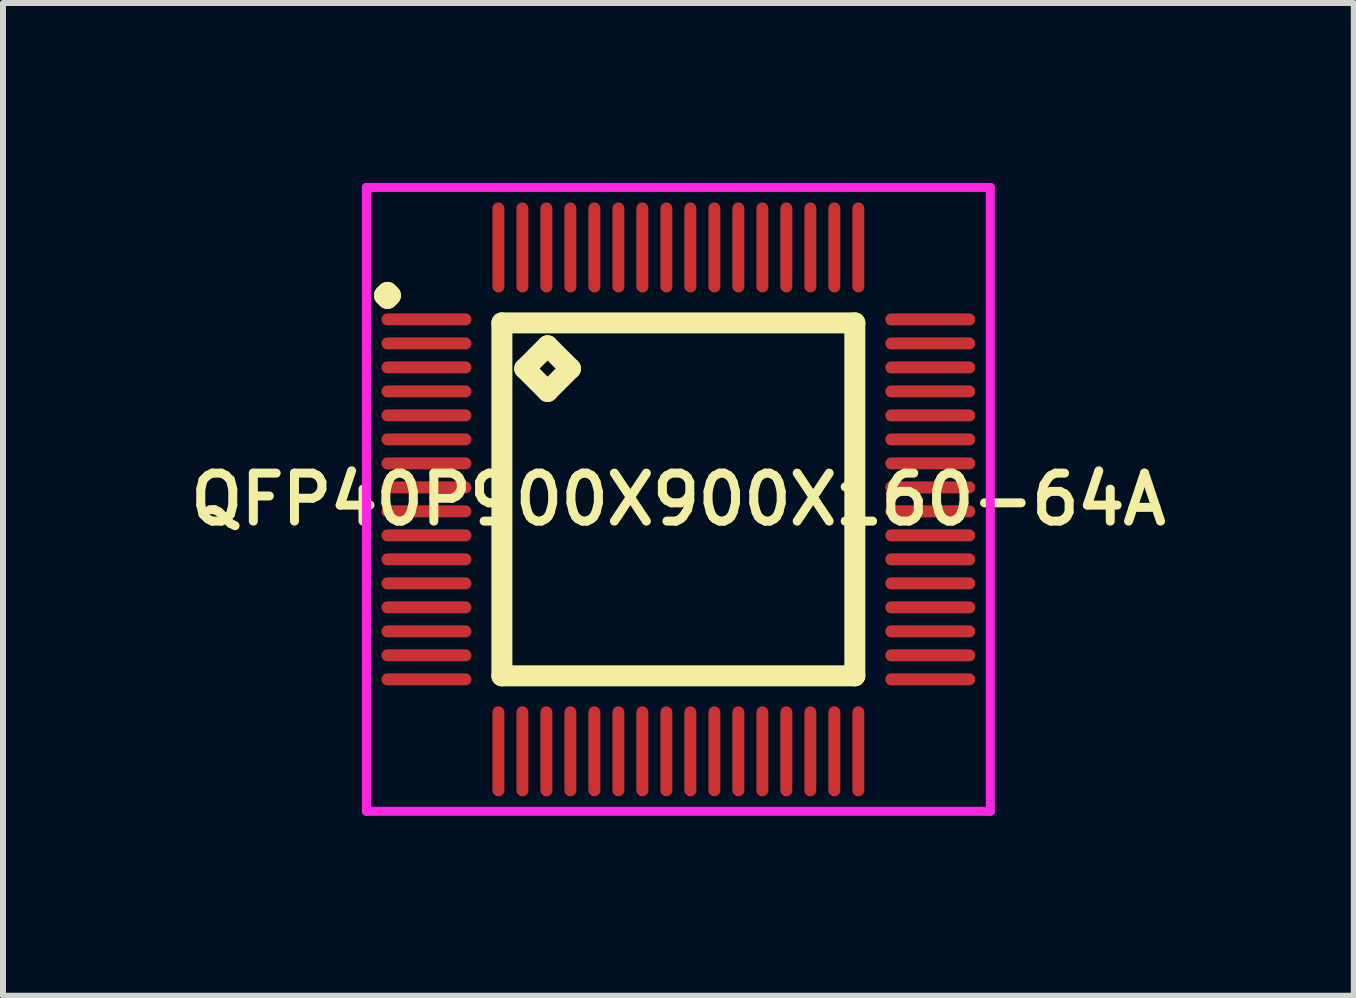
<source format=kicad_pcb>
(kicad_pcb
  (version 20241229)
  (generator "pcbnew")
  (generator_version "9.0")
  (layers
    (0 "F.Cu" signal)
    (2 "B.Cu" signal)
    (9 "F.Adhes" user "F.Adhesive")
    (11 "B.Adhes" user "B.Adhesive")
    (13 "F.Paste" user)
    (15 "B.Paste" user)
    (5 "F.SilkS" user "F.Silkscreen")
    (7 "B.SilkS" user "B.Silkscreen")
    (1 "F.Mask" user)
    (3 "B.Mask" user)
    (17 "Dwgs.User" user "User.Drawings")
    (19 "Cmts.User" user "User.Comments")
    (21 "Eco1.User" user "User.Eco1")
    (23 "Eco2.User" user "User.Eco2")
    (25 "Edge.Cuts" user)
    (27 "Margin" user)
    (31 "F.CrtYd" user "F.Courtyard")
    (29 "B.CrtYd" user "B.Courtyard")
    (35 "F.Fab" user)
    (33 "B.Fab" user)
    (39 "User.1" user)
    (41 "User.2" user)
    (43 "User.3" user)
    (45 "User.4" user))
  (footprint "QFP40P900X900X160-64A"
    (layer "F.Cu")
    (at 8.259 5.275)
    (property "Reference" "QFP40P900X900X160-64A" (at 0 0 0) (layer "F.SilkS") (effects (font (size 0.8 0.8) (thickness 0.15))))
    (attr smd)
    (fp_line (start -4.9 -3.4) (end -4.85 -3.45) (stroke (width 0.35) (type solid)) (layer "F.SilkS"))
    (fp_line (start -4.85 -3.45) (end -4.8 -3.4) (stroke (width 0.35) (type solid)) (layer "F.SilkS"))
    (fp_line (start -4.85 -3.35) (end -4.9 -3.4) (stroke (width 0.35) (type solid)) (layer "F.SilkS"))
    (fp_line (start -4.8 -3.4) (end -4.85 -3.35) (stroke (width 0.35) (type solid)) (layer "F.SilkS"))
    (fp_line (start -2.942 -2.942) (end -2.942 2.942) (stroke (width 0.35) (type solid)) (layer "F.SilkS"))
    (fp_line (start -2.942 2.942) (end 2.942 2.942) (stroke (width 0.35) (type solid)) (layer "F.SilkS"))
    (fp_line (start -2.561 -2.18) (end -2.18 -2.561) (stroke (width 0.35) (type solid)) (layer "F.SilkS"))
    (fp_line (start -2.18 -2.561) (end -1.799 -2.18) (stroke (width 0.35) (type solid)) (layer "F.SilkS"))
    (fp_line (start -2.18 -1.799) (end -2.561 -2.18) (stroke (width 0.35) (type solid)) (layer "F.SilkS"))
    (fp_line (start -1.799 -2.18) (end -2.18 -1.799) (stroke (width 0.35) (type solid)) (layer "F.SilkS"))
    (fp_line (start 2.942 -2.942) (end -2.942 -2.942) (stroke (width 0.35) (type solid)) (layer "F.SilkS"))
    (fp_line (start 2.942 2.942) (end 2.942 -2.942) (stroke (width 0.35) (type solid)) (layer "F.SilkS"))
    (fp_line (start -5.2 -5.2) (end 5.2 -5.2) (stroke (width 0.15) (type solid)) (layer "F.CrtYd"))
    (fp_line (start -5.2 5.2) (end -5.2 -5.2) (stroke (width 0.15) (type solid)) (layer "F.CrtYd"))
    (fp_line (start 5.2 -5.2) (end 5.2 5.2) (stroke (width 0.15) (type solid)) (layer "F.CrtYd"))
    (fp_line (start 5.2 5.2) (end -5.2 5.2) (stroke (width 0.15) (type solid)) (layer "F.CrtYd"))
    (pad "1" smd oval (at -4.2 -3) (size 1.5 0.2) (layers "F.Cu" "F.Mask" "F.Paste"))
    (pad "2" smd oval (at -4.2 -2.6) (size 1.5 0.2) (layers "F.Cu" "F.Mask" "F.Paste"))
    (pad "3" smd oval (at -4.2 -2.2) (size 1.5 0.2) (layers "F.Cu" "F.Mask" "F.Paste"))
    (pad "4" smd oval (at -4.2 -1.8) (size 1.5 0.2) (layers "F.Cu" "F.Mask" "F.Paste"))
    (pad "5" smd oval (at -4.2 -1.4) (size 1.5 0.2) (layers "F.Cu" "F.Mask" "F.Paste"))
    (pad "6" smd oval (at -4.2 -1) (size 1.5 0.2) (layers "F.Cu" "F.Mask" "F.Paste"))
    (pad "7" smd oval (at -4.2 -0.6) (size 1.5 0.2) (layers "F.Cu" "F.Mask" "F.Paste"))
    (pad "8" smd oval (at -4.2 -0.2) (size 1.5 0.2) (layers "F.Cu" "F.Mask" "F.Paste"))
    (pad "9" smd oval (at -4.2 0.2) (size 1.5 0.2) (layers "F.Cu" "F.Mask" "F.Paste"))
    (pad "10" smd oval (at -4.2 0.6) (size 1.5 0.2) (layers "F.Cu" "F.Mask" "F.Paste"))
    (pad "11" smd oval (at -4.2 1) (size 1.5 0.2) (layers "F.Cu" "F.Mask" "F.Paste"))
    (pad "12" smd oval (at -4.2 1.4) (size 1.5 0.2) (layers "F.Cu" "F.Mask" "F.Paste"))
    (pad "13" smd oval (at -4.2 1.8) (size 1.5 0.2) (layers "F.Cu" "F.Mask" "F.Paste"))
    (pad "14" smd oval (at -4.2 2.2) (size 1.5 0.2) (layers "F.Cu" "F.Mask" "F.Paste"))
    (pad "15" smd oval (at -4.2 2.6) (size 1.5 0.2) (layers "F.Cu" "F.Mask" "F.Paste"))
    (pad "16" smd oval (at -4.2 3) (size 1.5 0.2) (layers "F.Cu" "F.Mask" "F.Paste"))
    (pad "17" smd oval (at -3 4.2) (size 0.2 1.5) (layers "F.Cu" "F.Mask" "F.Paste"))
    (pad "18" smd oval (at -2.6 4.2) (size 0.2 1.5) (layers "F.Cu" "F.Mask" "F.Paste"))
    (pad "19" smd oval (at -2.2 4.2) (size 0.2 1.5) (layers "F.Cu" "F.Mask" "F.Paste"))
    (pad "20" smd oval (at -1.8 4.2) (size 0.2 1.5) (layers "F.Cu" "F.Mask" "F.Paste"))
    (pad "21" smd oval (at -1.4 4.2) (size 0.2 1.5) (layers "F.Cu" "F.Mask" "F.Paste"))
    (pad "22" smd oval (at -1 4.2) (size 0.2 1.5) (layers "F.Cu" "F.Mask" "F.Paste"))
    (pad "23" smd oval (at -0.6 4.2) (size 0.2 1.5) (layers "F.Cu" "F.Mask" "F.Paste"))
    (pad "24" smd oval (at -0.2 4.2) (size 0.2 1.5) (layers "F.Cu" "F.Mask" "F.Paste"))
    (pad "25" smd oval (at 0.2 4.2) (size 0.2 1.5) (layers "F.Cu" "F.Mask" "F.Paste"))
    (pad "26" smd oval (at 0.6 4.2) (size 0.2 1.5) (layers "F.Cu" "F.Mask" "F.Paste"))
    (pad "27" smd oval (at 1 4.2) (size 0.2 1.5) (layers "F.Cu" "F.Mask" "F.Paste"))
    (pad "28" smd oval (at 1.4 4.2) (size 0.2 1.5) (layers "F.Cu" "F.Mask" "F.Paste"))
    (pad "29" smd oval (at 1.8 4.2) (size 0.2 1.5) (layers "F.Cu" "F.Mask" "F.Paste"))
    (pad "30" smd oval (at 2.2 4.2) (size 0.2 1.5) (layers "F.Cu" "F.Mask" "F.Paste"))
    (pad "31" smd oval (at 2.6 4.2) (size 0.2 1.5) (layers "F.Cu" "F.Mask" "F.Paste"))
    (pad "32" smd oval (at 3 4.2) (size 0.2 1.5) (layers "F.Cu" "F.Mask" "F.Paste"))
    (pad "33" smd oval (at 4.2 3) (size 1.5 0.2) (layers "F.Cu" "F.Mask" "F.Paste"))
    (pad "34" smd oval (at 4.2 2.6) (size 1.5 0.2) (layers "F.Cu" "F.Mask" "F.Paste"))
    (pad "35" smd oval (at 4.2 2.2) (size 1.5 0.2) (layers "F.Cu" "F.Mask" "F.Paste"))
    (pad "36" smd oval (at 4.2 1.8) (size 1.5 0.2) (layers "F.Cu" "F.Mask" "F.Paste"))
    (pad "37" smd oval (at 4.2 1.4) (size 1.5 0.2) (layers "F.Cu" "F.Mask" "F.Paste"))
    (pad "38" smd oval (at 4.2 1) (size 1.5 0.2) (layers "F.Cu" "F.Mask" "F.Paste"))
    (pad "39" smd oval (at 4.2 0.6) (size 1.5 0.2) (layers "F.Cu" "F.Mask" "F.Paste"))
    (pad "40" smd oval (at 4.2 0.2) (size 1.5 0.2) (layers "F.Cu" "F.Mask" "F.Paste"))
    (pad "41" smd oval (at 4.2 -0.2) (size 1.5 0.2) (layers "F.Cu" "F.Mask" "F.Paste"))
    (pad "42" smd oval (at 4.2 -0.6) (size 1.5 0.2) (layers "F.Cu" "F.Mask" "F.Paste"))
    (pad "43" smd oval (at 4.2 -1) (size 1.5 0.2) (layers "F.Cu" "F.Mask" "F.Paste"))
    (pad "44" smd oval (at 4.2 -1.4) (size 1.5 0.2) (layers "F.Cu" "F.Mask" "F.Paste"))
    (pad "45" smd oval (at 4.2 -1.8) (size 1.5 0.2) (layers "F.Cu" "F.Mask" "F.Paste"))
    (pad "46" smd oval (at 4.2 -2.2) (size 1.5 0.2) (layers "F.Cu" "F.Mask" "F.Paste"))
    (pad "47" smd oval (at 4.2 -2.6) (size 1.5 0.2) (layers "F.Cu" "F.Mask" "F.Paste"))
    (pad "48" smd oval (at 4.2 -3) (size 1.5 0.2) (layers "F.Cu" "F.Mask" "F.Paste"))
    (pad "49" smd oval (at 3 -4.2) (size 0.2 1.5) (layers "F.Cu" "F.Mask" "F.Paste"))
    (pad "50" smd oval (at 2.6 -4.2) (size 0.2 1.5) (layers "F.Cu" "F.Mask" "F.Paste"))
    (pad "51" smd oval (at 2.2 -4.2) (size 0.2 1.5) (layers "F.Cu" "F.Mask" "F.Paste"))
    (pad "52" smd oval (at 1.8 -4.2) (size 0.2 1.5) (layers "F.Cu" "F.Mask" "F.Paste"))
    (pad "53" smd oval (at 1.4 -4.2) (size 0.2 1.5) (layers "F.Cu" "F.Mask" "F.Paste"))
    (pad "54" smd oval (at 1 -4.2) (size 0.2 1.5) (layers "F.Cu" "F.Mask" "F.Paste"))
    (pad "55" smd oval (at 0.6 -4.2) (size 0.2 1.5) (layers "F.Cu" "F.Mask" "F.Paste"))
    (pad "56" smd oval (at 0.2 -4.2) (size 0.2 1.5) (layers "F.Cu" "F.Mask" "F.Paste"))
    (pad "57" smd oval (at -0.2 -4.2) (size 0.2 1.5) (layers "F.Cu" "F.Mask" "F.Paste"))
    (pad "58" smd oval (at -0.6 -4.2) (size 0.2 1.5) (layers "F.Cu" "F.Mask" "F.Paste"))
    (pad "59" smd oval (at -1 -4.2) (size 0.2 1.5) (layers "F.Cu" "F.Mask" "F.Paste"))
    (pad "60" smd oval (at -1.4 -4.2) (size 0.2 1.5) (layers "F.Cu" "F.Mask" "F.Paste"))
    (pad "61" smd oval (at -1.8 -4.2) (size 0.2 1.5) (layers "F.Cu" "F.Mask" "F.Paste"))
    (pad "62" smd oval (at -2.2 -4.2) (size 0.2 1.5) (layers "F.Cu" "F.Mask" "F.Paste"))
    (pad "63" smd oval (at -2.6 -4.2) (size 0.2 1.5) (layers "F.Cu" "F.Mask" "F.Paste"))
    (pad "64" smd oval (at -3 -4.2) (size 0.2 1.5) (layers "F.Cu" "F.Mask" "F.Paste")))
  (gr_rect
    (start -3 -3)
    (end 19.519 13.55)
    (stroke (width 0.1) (type default))
    (fill no)
    (layer "Edge.Cuts")))
</source>
